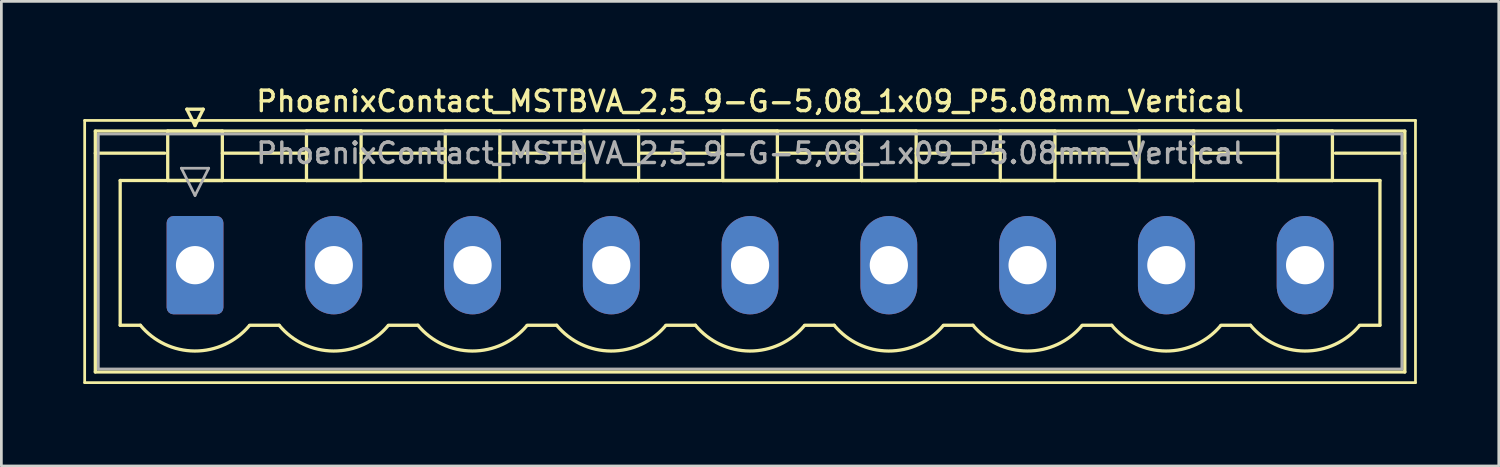
<source format=kicad_pcb>
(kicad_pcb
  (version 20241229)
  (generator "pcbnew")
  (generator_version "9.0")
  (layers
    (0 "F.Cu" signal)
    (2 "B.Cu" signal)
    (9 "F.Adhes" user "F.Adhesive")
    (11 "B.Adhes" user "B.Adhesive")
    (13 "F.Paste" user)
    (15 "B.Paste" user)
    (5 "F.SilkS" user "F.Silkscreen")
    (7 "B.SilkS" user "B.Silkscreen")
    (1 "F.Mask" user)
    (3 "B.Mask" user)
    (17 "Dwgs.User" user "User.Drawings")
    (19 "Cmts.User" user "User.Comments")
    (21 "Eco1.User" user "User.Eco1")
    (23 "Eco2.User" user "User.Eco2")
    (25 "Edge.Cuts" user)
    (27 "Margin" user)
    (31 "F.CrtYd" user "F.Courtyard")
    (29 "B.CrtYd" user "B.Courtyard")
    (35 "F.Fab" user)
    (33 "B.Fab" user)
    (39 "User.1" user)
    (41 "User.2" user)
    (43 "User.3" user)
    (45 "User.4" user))
  (footprint "PhoenixContact_MSTBVA_2,5_9-G-5,08_1x09_P5.08mm_Vertical"
    (layer "F.Cu")
    (at 4.09 6.658)
    (property "Reference" "PhoenixContact_MSTBVA_2,5_9-G-5,08_1x09_P5.08mm_Vertical" (at 20.32 -6 0) (layer "F.SilkS") (effects (font (size 0.75 0.75) (thickness 0.125))))
    (attr through_hole)
    (fp_line (start -4.04 -5.3) (end -4.04 4.3) (stroke (width 0.1) (type solid)) (layer "F.SilkS"))
    (fp_line (start -4.04 4.3) (end 44.68 4.3) (stroke (width 0.1) (type solid)) (layer "F.SilkS"))
    (fp_line (start -3.65 -4.91) (end -3.65 3.91) (stroke (width 0.12) (type solid)) (layer "F.SilkS"))
    (fp_line (start -3.65 -4.1) (end -1.11 -4.1) (stroke (width 0.12) (type solid)) (layer "F.SilkS"))
    (fp_line (start -3.65 3.91) (end 44.29 3.91) (stroke (width 0.12) (type solid)) (layer "F.SilkS"))
    (fp_line (start -2.74 -3.1) (end 43.38 -3.1) (stroke (width 0.12) (type solid)) (layer "F.SilkS"))
    (fp_line (start -2.74 2.2) (end -2.74 -3.1) (stroke (width 0.12) (type solid)) (layer "F.SilkS"))
    (fp_line (start -2 2.2) (end -2.74 2.2) (stroke (width 0.12) (type solid)) (layer "F.SilkS"))
    (fp_line (start -1 -4.91) (end 1 -4.91) (stroke (width 0.12) (type solid)) (layer "F.SilkS"))
    (fp_line (start -1 -3.1) (end -1 -4.91) (stroke (width 0.12) (type solid)) (layer "F.SilkS"))
    (fp_line (start -0.3 -5.71) (end 0.3 -5.71) (stroke (width 0.12) (type solid)) (layer "F.SilkS"))
    (fp_line (start 0 -5.11) (end -0.3 -5.71) (stroke (width 0.12) (type solid)) (layer "F.SilkS"))
    (fp_line (start 0.3 -5.71) (end 0 -5.11) (stroke (width 0.12) (type solid)) (layer "F.SilkS"))
    (fp_line (start 1 -4.91) (end 1 -3.1) (stroke (width 0.12) (type solid)) (layer "F.SilkS"))
    (fp_line (start 1 -4.1) (end 4.08 -4.1) (stroke (width 0.12) (type solid)) (layer "F.SilkS"))
    (fp_line (start 1 -3.1) (end -1 -3.1) (stroke (width 0.12) (type solid)) (layer "F.SilkS"))
    (fp_line (start 2 2.2) (end 3.08 2.2) (stroke (width 0.12) (type solid)) (layer "F.SilkS"))
    (fp_line (start 4.08 -4.91) (end 6.08 -4.91) (stroke (width 0.12) (type solid)) (layer "F.SilkS"))
    (fp_line (start 4.08 -3.1) (end 4.08 -4.91) (stroke (width 0.12) (type solid)) (layer "F.SilkS"))
    (fp_line (start 6.08 -4.91) (end 6.08 -3.1) (stroke (width 0.12) (type solid)) (layer "F.SilkS"))
    (fp_line (start 6.08 -4.1) (end 9.16 -4.1) (stroke (width 0.12) (type solid)) (layer "F.SilkS"))
    (fp_line (start 6.08 -3.1) (end 4.08 -3.1) (stroke (width 0.12) (type solid)) (layer "F.SilkS"))
    (fp_line (start 7.08 2.2) (end 8.16 2.2) (stroke (width 0.12) (type solid)) (layer "F.SilkS"))
    (fp_line (start 9.16 -4.91) (end 11.16 -4.91) (stroke (width 0.12) (type solid)) (layer "F.SilkS"))
    (fp_line (start 9.16 -3.1) (end 9.16 -4.91) (stroke (width 0.12) (type solid)) (layer "F.SilkS"))
    (fp_line (start 11.16 -4.91) (end 11.16 -3.1) (stroke (width 0.12) (type solid)) (layer "F.SilkS"))
    (fp_line (start 11.16 -4.1) (end 14.24 -4.1) (stroke (width 0.12) (type solid)) (layer "F.SilkS"))
    (fp_line (start 11.16 -3.1) (end 9.16 -3.1) (stroke (width 0.12) (type solid)) (layer "F.SilkS"))
    (fp_line (start 12.16 2.2) (end 13.24 2.2) (stroke (width 0.12) (type solid)) (layer "F.SilkS"))
    (fp_line (start 14.24 -4.91) (end 16.24 -4.91) (stroke (width 0.12) (type solid)) (layer "F.SilkS"))
    (fp_line (start 14.24 -3.1) (end 14.24 -4.91) (stroke (width 0.12) (type solid)) (layer "F.SilkS"))
    (fp_line (start 16.24 -4.91) (end 16.24 -3.1) (stroke (width 0.12) (type solid)) (layer "F.SilkS"))
    (fp_line (start 16.24 -4.1) (end 19.32 -4.1) (stroke (width 0.12) (type solid)) (layer "F.SilkS"))
    (fp_line (start 16.24 -3.1) (end 14.24 -3.1) (stroke (width 0.12) (type solid)) (layer "F.SilkS"))
    (fp_line (start 17.24 2.2) (end 18.32 2.2) (stroke (width 0.12) (type solid)) (layer "F.SilkS"))
    (fp_line (start 19.32 -4.91) (end 21.32 -4.91) (stroke (width 0.12) (type solid)) (layer "F.SilkS"))
    (fp_line (start 19.32 -3.1) (end 19.32 -4.91) (stroke (width 0.12) (type solid)) (layer "F.SilkS"))
    (fp_line (start 21.32 -4.91) (end 21.32 -3.1) (stroke (width 0.12) (type solid)) (layer "F.SilkS"))
    (fp_line (start 21.32 -4.1) (end 24.4 -4.1) (stroke (width 0.12) (type solid)) (layer "F.SilkS"))
    (fp_line (start 21.32 -3.1) (end 19.32 -3.1) (stroke (width 0.12) (type solid)) (layer "F.SilkS"))
    (fp_line (start 22.32 2.2) (end 23.4 2.2) (stroke (width 0.12) (type solid)) (layer "F.SilkS"))
    (fp_line (start 24.4 -4.91) (end 26.4 -4.91) (stroke (width 0.12) (type solid)) (layer "F.SilkS"))
    (fp_line (start 24.4 -3.1) (end 24.4 -4.91) (stroke (width 0.12) (type solid)) (layer "F.SilkS"))
    (fp_line (start 26.4 -4.91) (end 26.4 -3.1) (stroke (width 0.12) (type solid)) (layer "F.SilkS"))
    (fp_line (start 26.4 -4.1) (end 29.48 -4.1) (stroke (width 0.12) (type solid)) (layer "F.SilkS"))
    (fp_line (start 26.4 -3.1) (end 24.4 -3.1) (stroke (width 0.12) (type solid)) (layer "F.SilkS"))
    (fp_line (start 27.4 2.2) (end 28.48 2.2) (stroke (width 0.12) (type solid)) (layer "F.SilkS"))
    (fp_line (start 29.48 -4.91) (end 31.48 -4.91) (stroke (width 0.12) (type solid)) (layer "F.SilkS"))
    (fp_line (start 29.48 -3.1) (end 29.48 -4.91) (stroke (width 0.12) (type solid)) (layer "F.SilkS"))
    (fp_line (start 31.48 -4.91) (end 31.48 -3.1) (stroke (width 0.12) (type solid)) (layer "F.SilkS"))
    (fp_line (start 31.48 -4.1) (end 34.56 -4.1) (stroke (width 0.12) (type solid)) (layer "F.SilkS"))
    (fp_line (start 31.48 -3.1) (end 29.48 -3.1) (stroke (width 0.12) (type solid)) (layer "F.SilkS"))
    (fp_line (start 32.48 2.2) (end 33.56 2.2) (stroke (width 0.12) (type solid)) (layer "F.SilkS"))
    (fp_line (start 34.56 -4.91) (end 36.56 -4.91) (stroke (width 0.12) (type solid)) (layer "F.SilkS"))
    (fp_line (start 34.56 -3.1) (end 34.56 -4.91) (stroke (width 0.12) (type solid)) (layer "F.SilkS"))
    (fp_line (start 36.56 -4.91) (end 36.56 -3.1) (stroke (width 0.12) (type solid)) (layer "F.SilkS"))
    (fp_line (start 36.56 -4.1) (end 39.64 -4.1) (stroke (width 0.12) (type solid)) (layer "F.SilkS"))
    (fp_line (start 36.56 -3.1) (end 34.56 -3.1) (stroke (width 0.12) (type solid)) (layer "F.SilkS"))
    (fp_line (start 37.56 2.2) (end 38.64 2.2) (stroke (width 0.12) (type solid)) (layer "F.SilkS"))
    (fp_line (start 39.64 -4.91) (end 41.64 -4.91) (stroke (width 0.12) (type solid)) (layer "F.SilkS"))
    (fp_line (start 39.64 -3.1) (end 39.64 -4.91) (stroke (width 0.12) (type solid)) (layer "F.SilkS"))
    (fp_line (start 41.64 -4.91) (end 41.64 -3.1) (stroke (width 0.12) (type solid)) (layer "F.SilkS"))
    (fp_line (start 41.64 -3.1) (end 39.64 -3.1) (stroke (width 0.12) (type solid)) (layer "F.SilkS"))
    (fp_line (start 43.38 -3.1) (end 43.38 2.2) (stroke (width 0.12) (type solid)) (layer "F.SilkS"))
    (fp_line (start 43.38 2.2) (end 42.64 2.2) (stroke (width 0.12) (type solid)) (layer "F.SilkS"))
    (fp_line (start 44.29 -4.91) (end -3.65 -4.91) (stroke (width 0.12) (type solid)) (layer "F.SilkS"))
    (fp_line (start 44.29 -4.1) (end 41.75 -4.1) (stroke (width 0.12) (type solid)) (layer "F.SilkS"))
    (fp_line (start 44.29 3.91) (end 44.29 -4.91) (stroke (width 0.12) (type solid)) (layer "F.SilkS"))
    (fp_line (start 44.68 -5.3) (end -4.04 -5.3) (stroke (width 0.1) (type solid)) (layer "F.SilkS"))
    (fp_line (start 44.68 4.3) (end 44.68 -5.3) (stroke (width 0.1) (type solid)) (layer "F.SilkS"))
    (fp_arc (start 1.986842 2.215821) (mid -0.010289 3.142758) (end -2 2.2) (stroke (width 0.12) (type solid)) (layer "F.SilkS"))
    (fp_arc (start 7.066842 2.215821) (mid 5.069711 3.142758) (end 3.08 2.2) (stroke (width 0.12) (type solid)) (layer "F.SilkS"))
    (fp_arc (start 12.146842 2.215821) (mid 10.149711 3.142758) (end 8.16 2.2) (stroke (width 0.12) (type solid)) (layer "F.SilkS"))
    (fp_arc (start 17.226842 2.215821) (mid 15.229711 3.142758) (end 13.24 2.2) (stroke (width 0.12) (type solid)) (layer "F.SilkS"))
    (fp_arc (start 22.306842 2.215821) (mid 20.309711 3.142758) (end 18.32 2.2) (stroke (width 0.12) (type solid)) (layer "F.SilkS"))
    (fp_arc (start 27.386842 2.215821) (mid 25.389711 3.142758) (end 23.4 2.2) (stroke (width 0.12) (type solid)) (layer "F.SilkS"))
    (fp_arc (start 32.466842 2.215821) (mid 30.469711 3.142758) (end 28.48 2.2) (stroke (width 0.12) (type solid)) (layer "F.SilkS"))
    (fp_arc (start 37.546842 2.215821) (mid 35.549711 3.142758) (end 33.56 2.2) (stroke (width 0.12) (type solid)) (layer "F.SilkS"))
    (fp_arc (start 42.626842 2.215821) (mid 40.629711 3.142758) (end 38.64 2.2) (stroke (width 0.12) (type solid)) (layer "F.SilkS"))
    (fp_line (start -3.54 -4.8) (end -3.54 3.8) (stroke (width 0.1) (type solid)) (layer "F.Fab"))
    (fp_line (start -3.54 3.8) (end 44.18 3.8) (stroke (width 0.1) (type solid)) (layer "F.Fab"))
    (fp_line (start -0.5 -3.55) (end 0.5 -3.55) (stroke (width 0.1) (type solid)) (layer "F.Fab"))
    (fp_line (start 0 -2.55) (end -0.5 -3.55) (stroke (width 0.1) (type solid)) (layer "F.Fab"))
    (fp_line (start 0.5 -3.55) (end 0 -2.55) (stroke (width 0.1) (type solid)) (layer "F.Fab"))
    (fp_line (start 44.18 -4.8) (end -3.54 -4.8) (stroke (width 0.1) (type solid)) (layer "F.Fab"))
    (fp_line (start 44.18 3.8) (end 44.18 -4.8) (stroke (width 0.1) (type solid)) (layer "F.Fab"))
    (fp_text user "${REFERENCE}" (at 20.32 -4.1 0) (layer "F.Fab") (effects (font (size 0.75 0.75) (thickness 0.125))))
    (pad "1" thru_hole roundrect (at 0 0) (size 2.08 3.6) (drill 1.4) (layers "*.Cu" "*.Mask") (roundrect_rratio 0.12))
    (pad "2" thru_hole oval (at 5.08 0) (size 2.08 3.6) (drill 1.4) (layers "*.Cu" "*.Mask"))
    (pad "3" thru_hole oval (at 10.16 0) (size 2.08 3.6) (drill 1.4) (layers "*.Cu" "*.Mask"))
    (pad "4" thru_hole oval (at 15.24 0) (size 2.08 3.6) (drill 1.4) (layers "*.Cu" "*.Mask"))
    (pad "5" thru_hole oval (at 20.32 0) (size 2.08 3.6) (drill 1.4) (layers "*.Cu" "*.Mask"))
    (pad "6" thru_hole oval (at 25.4 0) (size 2.08 3.6) (drill 1.4) (layers "*.Cu" "*.Mask"))
    (pad "7" thru_hole oval (at 30.48 0) (size 2.08 3.6) (drill 1.4) (layers "*.Cu" "*.Mask"))
    (pad "8" thru_hole oval (at 35.56 0) (size 2.08 3.6) (drill 1.4) (layers "*.Cu" "*.Mask"))
    (pad "9" thru_hole oval (at 40.64 0) (size 2.08 3.6) (drill 1.4) (layers "*.Cu" "*.Mask")))
  (gr_rect
    (start -3 -3)
    (end 51.82 14.008)
    (stroke (width 0.1) (type default))
    (fill no)
    (layer "Edge.Cuts")))
</source>
